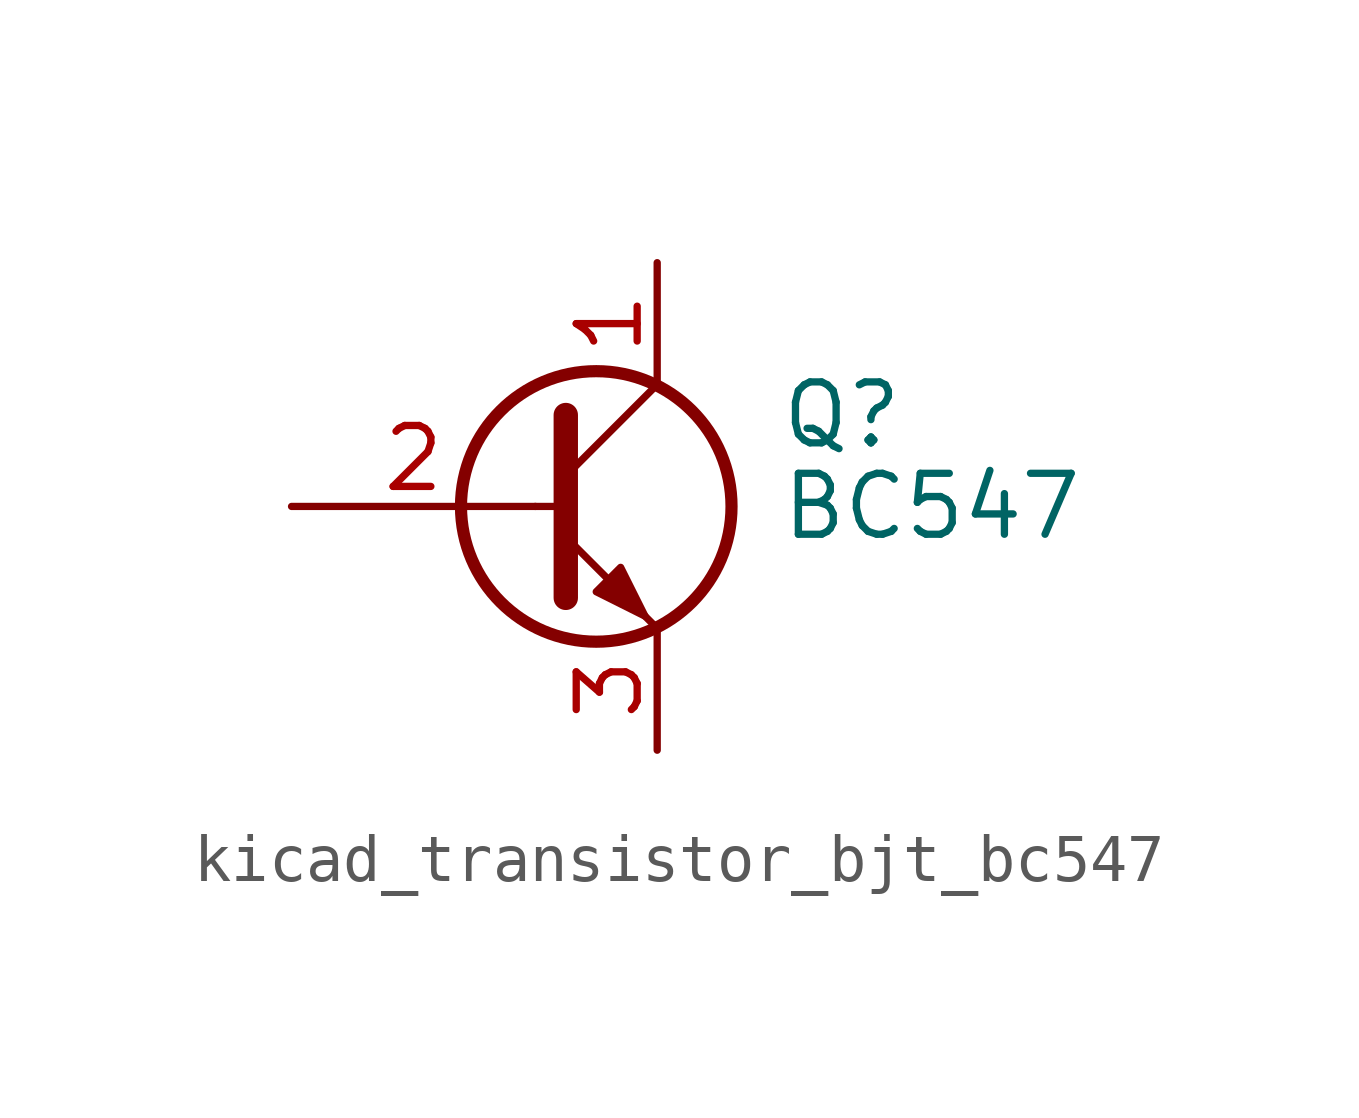
<source format=kicad_sym>
(kicad_symbol_lib
  (version 20220914)
  (generator kicad_symbol_editor)
  (symbol "kicad_transistor_bjt_bc547"
    (pin_names
      (offset 0) hide)
    (property "Reference" "Q"
      (at 5.08 1.905 0)
      (effects (font (size 1.27 1.27)) (justify left)))
    (property "Value" "BC547"
      (at 5.08 0 0)
      (effects (font (size 1.27 1.27)) (justify left)))
    (symbol "kicad_transistor_bjt_bc547_0_1"
      (polyline (pts (xy 0 0) (xy 0.635 0)) (stroke (width 0) (type default)) (fill (type none)))
      (polyline (pts (xy 0.635 0.635) (xy 2.54 2.54)) (stroke (width 0) (type default)) (fill (type none)))
      (polyline (pts (xy 0.635 -0.635) (xy 2.54 -2.54) (xy 2.54 -2.54)) (stroke (width 0) (type default)) (fill (type none)))
      (polyline (pts (xy 0.635 1.905) (xy 0.635 -1.905) (xy 0.635 -1.905)) (stroke (width 0.508) (type default)) (fill (type none)))
      (polyline (pts (xy 1.27 -1.778) (xy 1.778 -1.27) (xy 2.286 -2.286) (xy 1.27 -1.778) (xy 1.27 -1.778)) (stroke (width 0) (type default)) (fill (type outline)))
      (circle (center 1.27 0) (radius 2.819) (stroke (width 0.254) (type default)) (fill (type none))))
    (symbol "kicad_transistor_bjt_bc547_1_1"
      (pin passive line (at 2.54 5.08 270) (length 2.54) (name "C" (effects (font (size 1.27 1.27)))) (number "1" (effects (font (size 1.27 1.27)))))
      (pin input line (at -5.08 0 0) (length 5.08) (name "B" (effects (font (size 1.27 1.27)))) (number "2" (effects (font (size 1.27 1.27)))))
      (pin passive line (at 2.54 -5.08 90) (length 2.54) (name "E" (effects (font (size 1.27 1.27)))) (number "3" (effects (font (size 1.27 1.27))))))))
</source>
